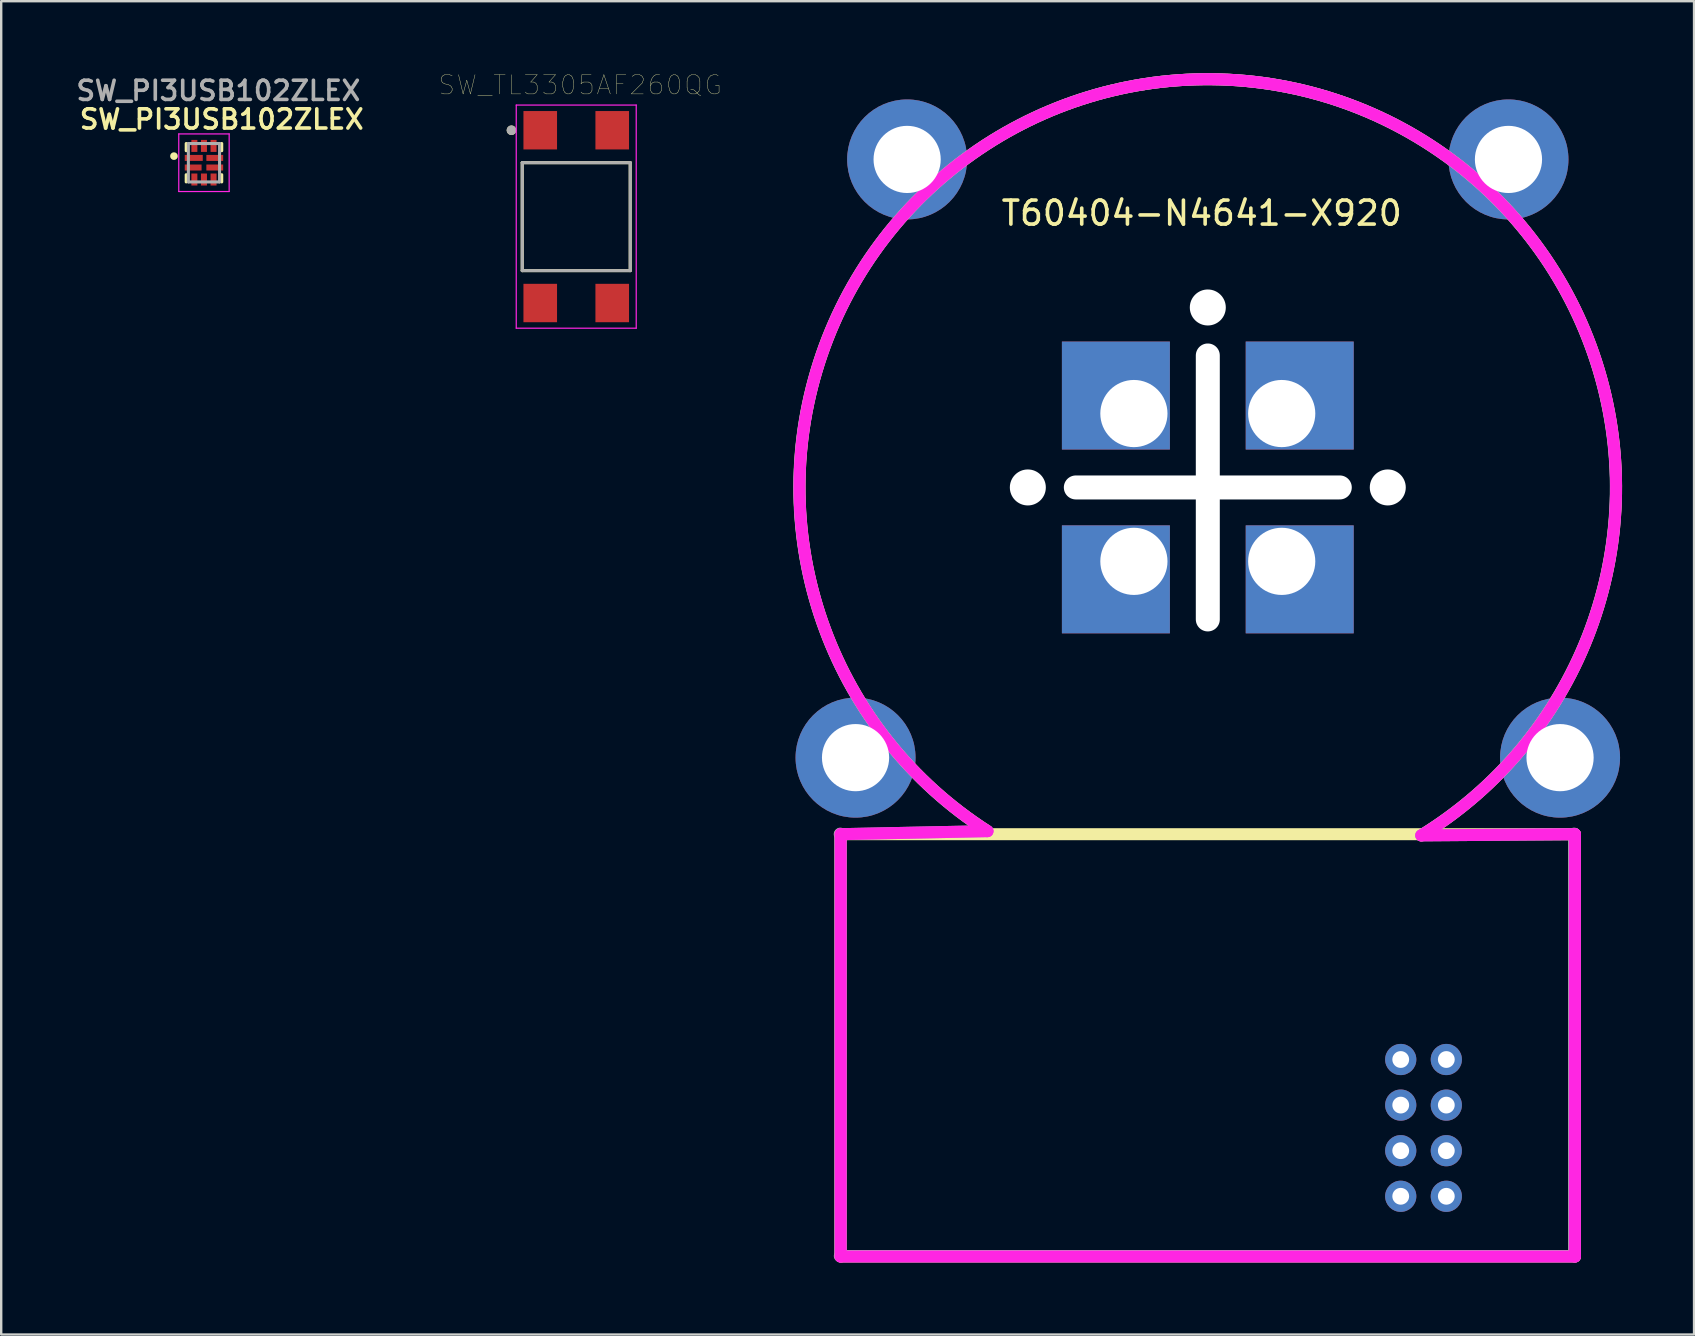
<source format=kicad_pcb>
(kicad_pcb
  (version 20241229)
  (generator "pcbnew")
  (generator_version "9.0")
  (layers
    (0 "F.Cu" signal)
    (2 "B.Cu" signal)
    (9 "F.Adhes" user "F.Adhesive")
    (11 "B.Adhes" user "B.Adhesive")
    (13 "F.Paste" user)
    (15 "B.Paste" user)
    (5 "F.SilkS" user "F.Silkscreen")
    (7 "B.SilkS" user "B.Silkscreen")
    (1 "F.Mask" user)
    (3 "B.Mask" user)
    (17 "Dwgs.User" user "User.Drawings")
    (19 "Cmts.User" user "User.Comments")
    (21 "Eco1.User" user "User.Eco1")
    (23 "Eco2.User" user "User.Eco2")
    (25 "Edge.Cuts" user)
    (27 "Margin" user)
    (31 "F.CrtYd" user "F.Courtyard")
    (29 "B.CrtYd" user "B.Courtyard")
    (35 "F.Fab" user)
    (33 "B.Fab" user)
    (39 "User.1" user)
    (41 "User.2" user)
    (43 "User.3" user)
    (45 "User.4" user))
  (footprint "SW_TL3305AF260QG"
    (layer "F.Cu")
    (at 20.964 5.978)
    (property "Reference" "SW_TL3305AF260QG" (at 0.162 -5.484 0) (layer "F.SilkS") (effects (font (size 0.8 0.8) (thickness 0.015))))
    (attr smd)
    (fp_line (start -2.25 -2.25) (end -2.25 2.25) (stroke (width 0.127) (type solid)) (layer "F.SilkS"))
    (fp_line (start -2.25 -2.25) (end 2.25 -2.25) (stroke (width 0.127) (type solid)) (layer "F.SilkS"))
    (fp_line (start 2.25 2.25) (end -2.25 2.25) (stroke (width 0.127) (type solid)) (layer "F.SilkS"))
    (fp_line (start 2.25 2.25) (end 2.25 -2.25) (stroke (width 0.127) (type solid)) (layer "F.SilkS"))
    (fp_circle (center -2.7 -3.6) (end -2.6 -3.6) (stroke (width 0.2) (type solid)) (fill no) (layer "F.SilkS"))
    (fp_line (start -2.5 -4.65) (end -2.5 4.65) (stroke (width 0.05) (type solid)) (layer "F.CrtYd"))
    (fp_line (start -2.5 -4.65) (end 2.5 -4.65) (stroke (width 0.05) (type solid)) (layer "F.CrtYd"))
    (fp_line (start 2.5 4.65) (end -2.5 4.65) (stroke (width 0.05) (type solid)) (layer "F.CrtYd"))
    (fp_line (start 2.5 4.65) (end 2.5 -4.65) (stroke (width 0.05) (type solid)) (layer "F.CrtYd"))
    (fp_line (start -2.25 -2.25) (end -2.25 2.25) (stroke (width 0.127) (type solid)) (layer "F.Fab"))
    (fp_line (start -2.25 -2.25) (end 2.25 -2.25) (stroke (width 0.127) (type solid)) (layer "F.Fab"))
    (fp_line (start 2.25 2.25) (end -2.25 2.25) (stroke (width 0.127) (type solid)) (layer "F.Fab"))
    (fp_line (start 2.25 2.25) (end 2.25 -2.25) (stroke (width 0.127) (type solid)) (layer "F.Fab"))
    (fp_circle (center -2.7 -3.6) (end -2.6 -3.6) (stroke (width 0.2) (type solid)) (fill no) (layer "F.Fab"))
    (pad "1" smd rect (at -1.5 -3.6) (size 1.4 1.6) (layers "F.Cu" "F.Mask" "F.Paste"))
    (pad "2" smd rect (at -1.5 3.6) (size 1.4 1.6) (layers "F.Cu" "F.Mask" "F.Paste"))
    (pad "3" smd rect (at 1.5 -3.6) (size 1.4 1.6) (layers "F.Cu" "F.Mask" "F.Paste"))
    (pad "4" smd rect (at 1.5 3.6) (size 1.4 1.6) (layers "F.Cu" "F.Mask" "F.Paste")))
  (footprint "SW_PI3USB102ZLEX"
    (layer "F.Cu")
    (at 5.45 3.731)
    (property "Reference" "SW_PI3USB102ZLEX" (at 0.74 -1.808 0) (layer "F.SilkS") (effects (font (size 0.8 0.8) (thickness 0.15))))
    (attr through_hole)
    (fp_poly (pts (xy -0.852 -0.375) (xy 0 -0.375) (xy 0 -0.025) (xy -0.852 -0.025)) (stroke (width 0.01) (type solid)) (fill yes) (layer "F.Mask"))
    (fp_poly (pts (xy -0.852 0.025) (xy -0.05 0.025) (xy -0.05 0.376) (xy -0.852 0.376)) (stroke (width 0.01) (type solid)) (fill yes) (layer "F.Mask"))
    (fp_poly (pts (xy -0.576 0.4) (xy -0.225 0.4) (xy -0.225 1.002) (xy -0.576 1.002)) (stroke (width 0.01) (type solid)) (fill yes) (layer "F.Mask"))
    (fp_poly (pts (xy -0.575 -1) (xy -0.225 -1) (xy -0.225 -0.4) (xy -0.575 -0.4)) (stroke (width 0.01) (type solid)) (fill yes) (layer "F.Mask"))
    (fp_poly (pts (xy -0.175 -1) (xy 0.175 -1) (xy 0.175 -0.4) (xy -0.175 -0.4)) (stroke (width 0.01) (type solid)) (fill yes) (layer "F.Mask"))
    (fp_poly (pts (xy -0.175 0.4) (xy 0.175 0.4) (xy 0.175 1) (xy -0.175 1)) (stroke (width 0.01) (type solid)) (fill yes) (layer "F.Mask"))
    (fp_poly (pts (xy 0.05 0.025) (xy 0.85 0.025) (xy 0.85 0.375) (xy 0.05 0.375)) (stroke (width 0.01) (type solid)) (fill yes) (layer "F.Mask"))
    (fp_poly (pts (xy 0.05 -0.375) (xy 0.85 -0.375) (xy 0.85 -0.025) (xy 0.05 -0.025)) (stroke (width 0.01) (type solid)) (fill yes) (layer "F.Mask"))
    (fp_poly (pts (xy 0.225 -1) (xy 0.575 -1) (xy 0.575 -0.4) (xy 0.225 -0.4)) (stroke (width 0.01) (type solid)) (fill yes) (layer "F.Mask"))
    (fp_poly (pts (xy 0.225 0.4) (xy 0.575 0.4) (xy 0.575 1.001) (xy 0.225 1.001)) (stroke (width 0.01) (type solid)) (fill yes) (layer "F.Mask"))
    (fp_line (start -0.74 -0.8) (end -0.74 -0.5) (stroke (width 0.127) (type solid)) (layer "F.SilkS"))
    (fp_line (start -0.74 0.5) (end -0.74 0.8) (stroke (width 0.127) (type solid)) (layer "F.SilkS"))
    (fp_line (start 0.74 -0.8) (end 0.74 -0.5) (stroke (width 0.127) (type solid)) (layer "F.SilkS"))
    (fp_line (start 0.74 0.5) (end 0.74 0.8) (stroke (width 0.127) (type solid)) (layer "F.SilkS"))
    (fp_circle (center -1.25 -0.275) (end -1.17 -0.275) (stroke (width 0.16) (type solid)) (fill no) (layer "F.SilkS"))
    (fp_line (start -1.05 -1.2) (end 1.05 -1.2) (stroke (width 0.05) (type solid)) (layer "F.CrtYd"))
    (fp_line (start -1.05 1.2) (end -1.05 -1.2) (stroke (width 0.05) (type solid)) (layer "F.CrtYd"))
    (fp_line (start 1.05 -1.2) (end 1.05 1.2) (stroke (width 0.05) (type solid)) (layer "F.CrtYd"))
    (fp_line (start 1.05 1.2) (end -1.05 1.2) (stroke (width 0.05) (type solid)) (layer "F.CrtYd"))
    (fp_line (start -0.65 -0.8) (end 0.65 -0.8) (stroke (width 0.127) (type solid)) (layer "F.Fab"))
    (fp_line (start -0.65 0.8) (end -0.65 -0.8) (stroke (width 0.127) (type solid)) (layer "F.Fab"))
    (fp_line (start 0.65 -0.8) (end 0.65 0.8) (stroke (width 0.127) (type solid)) (layer "F.Fab"))
    (fp_line (start 0.65 0.8) (end -0.65 0.8) (stroke (width 0.127) (type solid)) (layer "F.Fab"))
    (fp_text user "${REFERENCE}" (at 0.6 -3 0) (layer "F.Fab") (effects (font (size 0.8 0.8) (thickness 0.15))))
    (pad "1" smd rect (at -0.425 -0.2) (size 0.75 0.25) (layers "F.Cu" "F.Paste"))
    (pad "2" smd rect (at -0.45 0.2) (size 0.7 0.25) (layers "F.Cu" "F.Paste"))
    (pad "3" smd rect (at -0.4 0.7) (size 0.25 0.5) (layers "F.Cu" "F.Paste"))
    (pad "4" smd rect (at 0 0.7) (size 0.25 0.5) (layers "F.Cu" "F.Paste"))
    (pad "5" smd rect (at 0.4 0.7) (size 0.25 0.5) (layers "F.Cu" "F.Paste"))
    (pad "6" smd rect (at 0.45 0.2) (size 0.7 0.25) (layers "F.Cu" "F.Paste"))
    (pad "7" smd rect (at 0.45 -0.2) (size 0.7 0.25) (layers "F.Cu" "F.Paste"))
    (pad "8" smd rect (at 0.4 -0.7) (size 0.25 0.5) (layers "F.Cu" "F.Paste"))
    (pad "9" smd rect (at 0 -0.7) (size 0.25 0.5) (layers "F.Cu" "F.Paste"))
    (pad "10" smd rect (at -0.4 -0.7) (size 0.25 0.5) (layers "F.Cu" "F.Paste")))
  (footprint "T60404-N4641-X920"
    (layer "F.Cu")
    (at 47.284 17.264)
    (property "Reference" "T60404-N4641-X920" (at -0.254 -11.43 0) (layer "F.SilkS") (effects (font (size 1 1) (thickness 0.15))))
    (attr through_hole)
    (fp_line (start -15.3 14.45) (end -15.3 32.05) (stroke (width 0.5) (type solid)) (layer "F.SilkS"))
    (fp_line (start -15.3 32.05) (end 15.3 32.05) (stroke (width 0.5) (type solid)) (layer "F.SilkS"))
    (fp_line (start 15.3 14.45) (end -15.3 14.45) (stroke (width 0.5) (type solid)) (layer "F.SilkS"))
    (fp_line (start 15.3 32.05) (end 15.3 14.45) (stroke (width 0.5) (type solid)) (layer "F.SilkS"))
    (fp_arc (start -9.181065 14.323687) (mid 0.165895 -17.012714) (end 8.899999 14.499999) (stroke (width 0.5) (type solid)) (layer "F.SilkS"))
    (fp_line (start -15.3 14.45) (end -15.3 32.05) (stroke (width 0.5) (type solid)) (layer "F.CrtYd"))
    (fp_line (start -15.3 14.45) (end -9.181 14.324) (stroke (width 0.5) (type solid)) (layer "F.CrtYd"))
    (fp_line (start -15.3 32.05) (end 15.3 32.05) (stroke (width 0.5) (type solid)) (layer "F.CrtYd"))
    (fp_line (start 15.3 14.45) (end 8.9 14.5) (stroke (width 0.5) (type solid)) (layer "F.CrtYd"))
    (fp_line (start 15.3 32.05) (end 15.3 14.45) (stroke (width 0.5) (type solid)) (layer "F.CrtYd"))
    (fp_arc (start -9.181065 14.323687) (mid 0.165895 -17.012714) (end 8.899999 14.499999) (stroke (width 0.5) (type solid)) (layer "F.CrtYd"))
    (fp_line (start -15.339 14.45) (end -9.22 14.324) (stroke (width 0.5) (type solid)) (layer "F.Fab"))
    (fp_line (start -15.335 32.029) (end 15.265 32.029) (stroke (width 0.5) (type solid)) (layer "F.Fab"))
    (fp_line (start -15.316 14.427) (end -15.316 32.027) (stroke (width 0.5) (type solid)) (layer "F.Fab"))
    (fp_line (start 15.265 32.027) (end 15.265 14.427) (stroke (width 0.5) (type solid)) (layer "F.Fab"))
    (fp_line (start 15.29 14.45) (end 8.89 14.5) (stroke (width 0.5) (type solid)) (layer "F.Fab"))
    (fp_arc (start -9.191064 14.323687) (mid 0.155896 -17.012714) (end 8.89 14.499999) (stroke (width 0.5) (type solid)) (layer "F.Fab"))
    (pad "" np_thru_hole circle (at -7.5 0) (size 1.5 1.5) (drill 1.5) (layers "*.Cu" "*.Mask"))
    (pad "" np_thru_hole circle (at 0 -7.5) (size 1.5 1.5) (drill 1.5) (layers "*.Cu" "*.Mask"))
    (pad "" np_thru_hole oval (at 0 0) (size 1 12) (drill oval 1 12) (layers "*.Cu" "*.Mask"))
    (pad "" np_thru_hole oval (at 0 0) (size 12 1) (drill oval 12 1) (layers "*.Cu" "*.Mask"))
    (pad "" np_thru_hole circle (at 7.5 0) (size 1.5 1.5) (drill 1.5) (layers "*.Cu" "*.Mask"))
    (pad "1" thru_hole circle (at 9.94 23.84) (size 1.3 1.3) (drill 0.7) (layers "*.Cu" "*.Mask"))
    (pad "2" thru_hole circle (at 8.04 23.84) (size 1.3 1.3) (drill 0.7) (layers "*.Cu" "*.Mask"))
    (pad "3" thru_hole circle (at 9.94 25.74) (size 1.3 1.3) (drill 0.7) (layers "*.Cu" "*.Mask"))
    (pad "4" thru_hole circle (at 8.04 25.74) (size 1.3 1.3) (drill 0.7) (layers "*.Cu" "*.Mask"))
    (pad "5" thru_hole circle (at 9.94 27.64) (size 1.3 1.3) (drill 0.7) (layers "*.Cu" "*.Mask"))
    (pad "6" thru_hole circle (at 8.04 27.64) (size 1.3 1.3) (drill 0.7) (layers "*.Cu" "*.Mask"))
    (pad "7" thru_hole circle (at 9.94 29.54) (size 1.3 1.3) (drill 0.7) (layers "*.Cu" "*.Mask"))
    (pad "8" thru_hole circle (at 8.04 29.54) (size 1.3 1.3) (drill 0.7) (layers "*.Cu" "*.Mask"))
    (pad "9" thru_hole circle (at -14.68 11.26) (size 5 5) (drill 2.8) (layers "*.Cu" "*.Mask"))
    (pad "10" thru_hole custom (at -3.08 3.08 90) (size 3 3) (drill 2.8) (layers "*.Cu" "*.Mask") (options (anchor rect)) (primitives (gr_poly (pts (xy 1.5 1.5) (xy -3 1.5) (xy -3 -3) (xy 1.5 -3)) (width 0) (fill yes))))
    (pad "11" thru_hole circle (at -12.53 -13.67) (size 5 5) (drill 2.8) (layers "*.Cu" "*.Mask"))
    (pad "12" thru_hole custom (at -3.08 -3.08) (size 3 3) (drill 2.8) (layers "*.Cu" "*.Mask") (options (anchor rect)) (primitives (gr_poly (pts (xy 1.5 1.5) (xy -3 1.5) (xy -3 -3) (xy 1.5 -3)) (width 0) (fill yes))))
    (pad "13" thru_hole circle (at 12.53 -13.67) (size 5 5) (drill 2.8) (layers "*.Cu" "*.Mask"))
    (pad "14" thru_hole custom (at 3.08 -3.08 270) (size 3 3) (drill 2.8) (layers "*.Cu" "*.Mask") (options (anchor rect)) (primitives (gr_poly (pts (xy 1.5 1.5) (xy -3 1.5) (xy -3 -3) (xy 1.5 -3)) (width 0) (fill yes))))
    (pad "15" thru_hole circle (at 14.68 11.26) (size 5 5) (drill 2.8) (layers "*.Cu" "*.Mask"))
    (pad "16" thru_hole custom (at 3.08 3.08 180) (size 3 3) (drill 2.8) (layers "*.Cu" "*.Mask") (options (anchor rect)) (primitives (gr_poly (pts (xy 1.5 1.5) (xy -3 1.5) (xy -3 -3) (xy 1.5 -3)) (width 0) (fill yes)))))
  (gr_rect
    (start -3 -3)
    (end 67.548 52.564)
    (stroke (width 0.1) (type default))
    (fill no)
    (layer "Edge.Cuts")))
</source>
